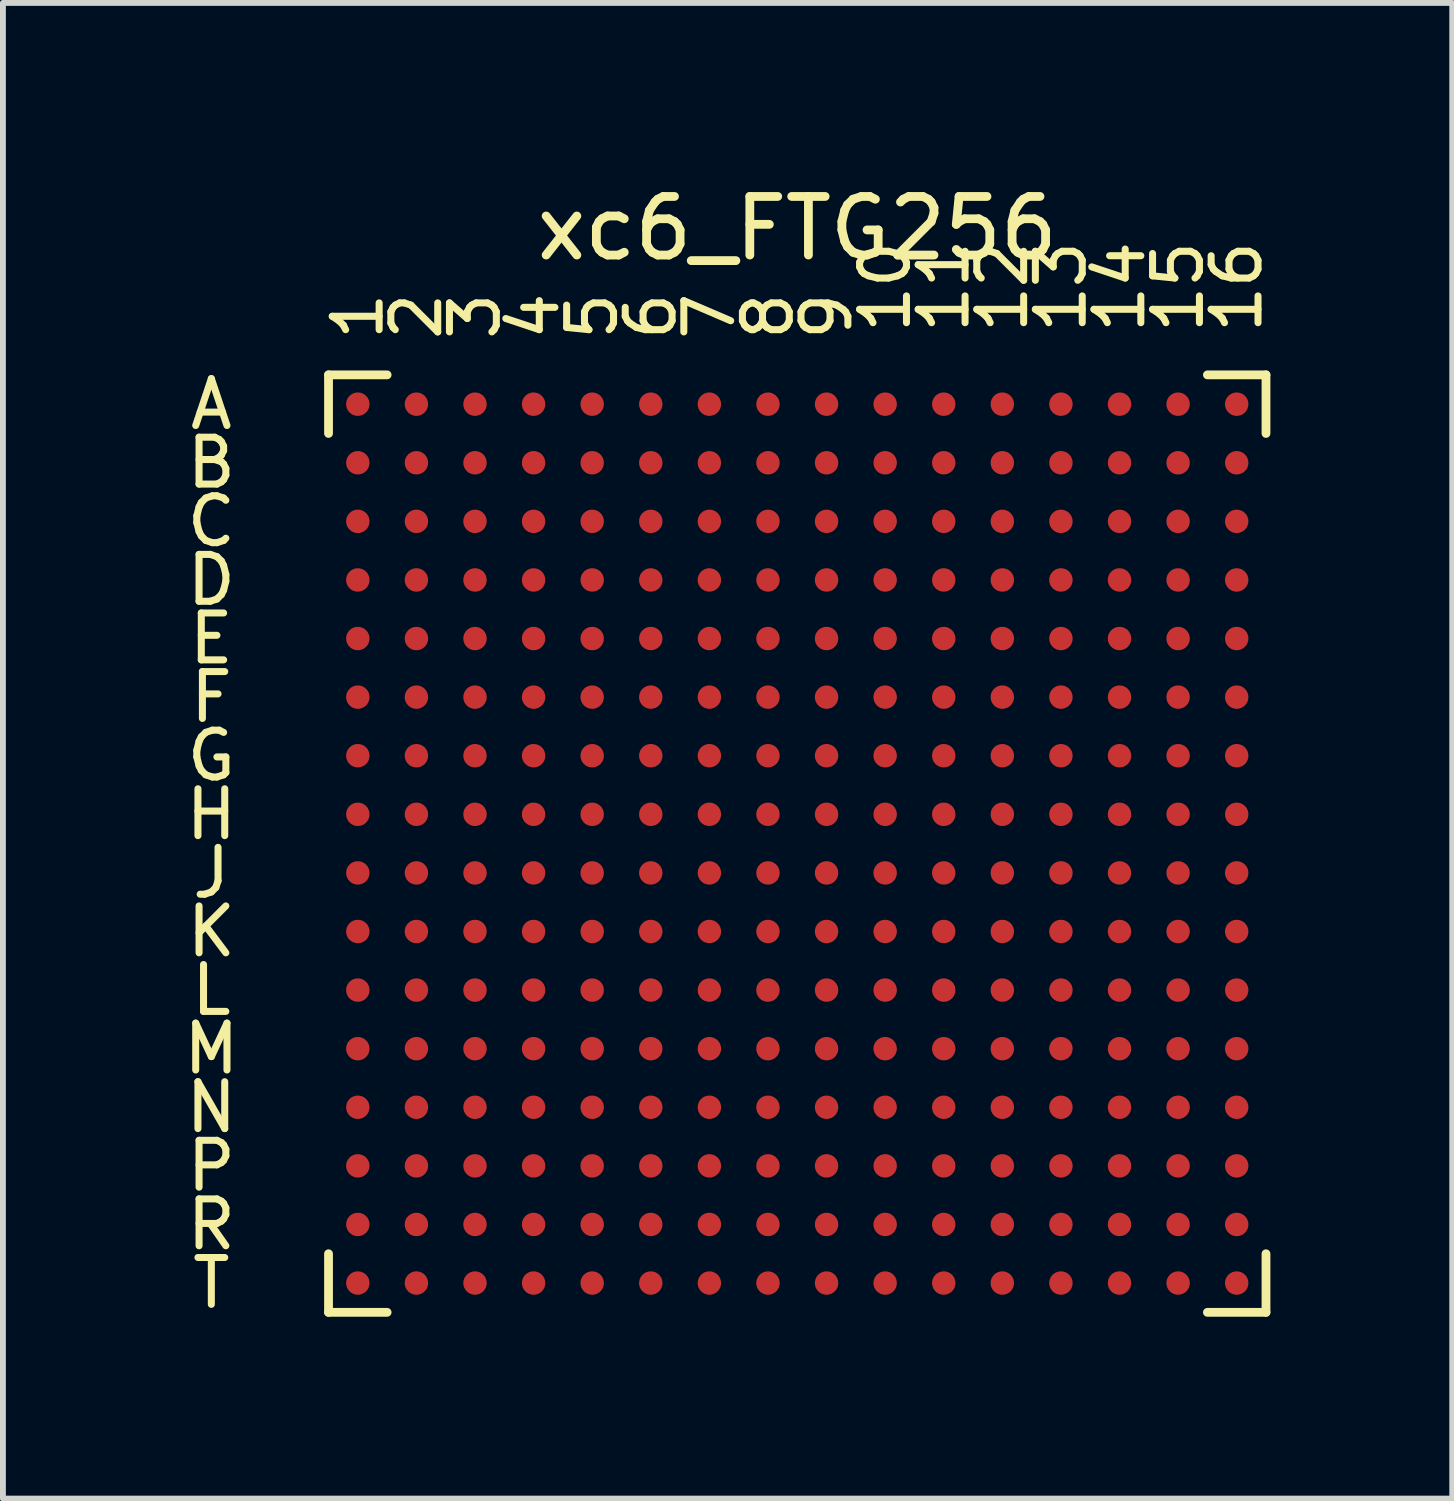
<source format=kicad_pcb>
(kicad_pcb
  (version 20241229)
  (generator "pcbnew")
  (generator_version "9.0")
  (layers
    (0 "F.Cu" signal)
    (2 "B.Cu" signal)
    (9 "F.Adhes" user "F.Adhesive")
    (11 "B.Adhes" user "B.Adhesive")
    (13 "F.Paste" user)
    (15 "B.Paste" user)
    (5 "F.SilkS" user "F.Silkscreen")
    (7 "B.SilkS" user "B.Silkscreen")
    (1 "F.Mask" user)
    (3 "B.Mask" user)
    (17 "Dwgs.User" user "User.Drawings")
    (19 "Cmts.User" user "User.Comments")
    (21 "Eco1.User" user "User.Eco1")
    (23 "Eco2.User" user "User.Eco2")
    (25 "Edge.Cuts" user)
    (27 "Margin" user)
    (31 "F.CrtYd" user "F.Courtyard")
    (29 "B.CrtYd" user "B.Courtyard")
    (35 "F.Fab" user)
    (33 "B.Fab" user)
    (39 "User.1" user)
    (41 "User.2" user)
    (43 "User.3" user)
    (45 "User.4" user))
  (footprint "xc6_FTG256"
    (layer "F.Cu")
    (at 10.557 11.348)
    (property "Reference" "xc6_FTG256" (at 0 -10.5 0) (layer "F.SilkS") (effects (font (size 1 1) (thickness 0.15))))
    (attr through_hole)
    (fp_line (start -8 -8) (end -7 -8) (stroke (width 0.15) (type solid)) (layer "F.SilkS"))
    (fp_line (start -8 -7) (end -8 -8) (stroke (width 0.15) (type solid)) (layer "F.SilkS"))
    (fp_line (start -8 7) (end -8 8) (stroke (width 0.15) (type solid)) (layer "F.SilkS"))
    (fp_line (start -8 8) (end -7 8) (stroke (width 0.15) (type solid)) (layer "F.SilkS"))
    (fp_line (start 7 -8) (end 8 -8) (stroke (width 0.15) (type solid)) (layer "F.SilkS"))
    (fp_line (start 7 8) (end 8 8) (stroke (width 0.15) (type solid)) (layer "F.SilkS"))
    (fp_line (start 8 -8) (end 8 -7) (stroke (width 0.15) (type solid)) (layer "F.SilkS"))
    (fp_line (start 8 8) (end 8 7) (stroke (width 0.15) (type solid)) (layer "F.SilkS"))
    (fp_text user "2" (at -6.5 -9 90) (layer "F.SilkS") (effects (font (size 0.8 0.8) (thickness 0.12))))
    (fp_text user "12" (at 3.5 -9.5 90) (layer "F.SilkS") (effects (font (size 0.8 0.8) (thickness 0.12))))
    (fp_text user "H" (at -10 -0.5 0) (layer "F.SilkS") (effects (font (size 0.8 0.8) (thickness 0.12))))
    (fp_text user "F" (at -10 -2.5 0) (layer "F.SilkS") (effects (font (size 0.8 0.8) (thickness 0.12))))
    (fp_text user "11" (at 2.5 -9.5 90) (layer "F.SilkS") (effects (font (size 0.8 0.8) (thickness 0.12))))
    (fp_text user "16" (at 7.5 -9.5 90) (layer "F.SilkS") (effects (font (size 0.8 0.8) (thickness 0.12))))
    (fp_text user "T" (at -10 7.5 0) (layer "F.SilkS") (effects (font (size 0.8 0.8) (thickness 0.12))))
    (fp_text user "D" (at -10 -4.5 0) (layer "F.SilkS") (effects (font (size 0.8 0.8) (thickness 0.12))))
    (fp_text user "C" (at -10 -5.5 0) (layer "F.SilkS") (effects (font (size 0.8 0.8) (thickness 0.12))))
    (fp_text user "3" (at -5.5 -9 90) (layer "F.SilkS") (effects (font (size 0.8 0.8) (thickness 0.12))))
    (fp_text user "7" (at -1.5 -9 90) (layer "F.SilkS") (effects (font (size 0.8 0.8) (thickness 0.12))))
    (fp_text user "K" (at -10 1.5 0) (layer "F.SilkS") (effects (font (size 0.8 0.8) (thickness 0.12))))
    (fp_text user "R" (at -10 6.5 0) (layer "F.SilkS") (effects (font (size 0.8 0.8) (thickness 0.12))))
    (fp_text user "G" (at -10 -1.5 0) (layer "F.SilkS") (effects (font (size 0.8 0.8) (thickness 0.12))))
    (fp_text user "E" (at -10 -3.5 0) (layer "F.SilkS") (effects (font (size 0.8 0.8) (thickness 0.12))))
    (fp_text user "A" (at -10 -7.5 0) (layer "F.SilkS") (effects (font (size 0.8 0.8) (thickness 0.12))))
    (fp_text user "5" (at -3.5 -9 90) (layer "F.SilkS") (effects (font (size 0.8 0.8) (thickness 0.12))))
    (fp_text user "10" (at 1.5 -9.5 90) (layer "F.SilkS") (effects (font (size 0.8 0.8) (thickness 0.12))))
    (fp_text user "4" (at -4.5 -9 90) (layer "F.SilkS") (effects (font (size 0.8 0.8) (thickness 0.12))))
    (fp_text user "N" (at -10 4.5 0) (layer "F.SilkS") (effects (font (size 0.8 0.8) (thickness 0.12))))
    (fp_text user "9" (at 0.5 -9 90) (layer "F.SilkS") (effects (font (size 0.8 0.8) (thickness 0.12))))
    (fp_text user "J" (at -10 0.5 0) (layer "F.SilkS") (effects (font (size 0.8 0.8) (thickness 0.12))))
    (fp_text user "13" (at 4.5 -9.5 90) (layer "F.SilkS") (effects (font (size 0.8 0.8) (thickness 0.12))))
    (fp_text user "L" (at -10 2.5 0) (layer "F.SilkS") (effects (font (size 0.8 0.8) (thickness 0.12))))
    (fp_text user "15" (at 6.5 -9.5 90) (layer "F.SilkS") (effects (font (size 0.8 0.8) (thickness 0.12))))
    (fp_text user "P" (at -10 5.5 0) (layer "F.SilkS") (effects (font (size 0.8 0.8) (thickness 0.12))))
    (fp_text user "8" (at -0.5 -9 90) (layer "F.SilkS") (effects (font (size 0.8 0.8) (thickness 0.12))))
    (fp_text user "6" (at -2.5 -9 90) (layer "F.SilkS") (effects (font (size 0.8 0.8) (thickness 0.12))))
    (fp_text user "14" (at 5.5 -9.5 90) (layer "F.SilkS") (effects (font (size 0.8 0.8) (thickness 0.12))))
    (fp_text user "M" (at -10 3.5 0) (layer "F.SilkS") (effects (font (size 0.8 0.8) (thickness 0.12))))
    (fp_text user "B" (at -10 -6.5 0) (layer "F.SilkS") (effects (font (size 0.8 0.8) (thickness 0.12))))
    (fp_text user "1" (at -7.5 -9 90) (layer "F.SilkS") (effects (font (size 0.8 0.8) (thickness 0.12))))
    (pad "A1" smd circle (at -7.5 -7.5) (size 0.4 0.4) (layers "F.Cu" "F.Mask" "F.Paste"))
    (pad "A2" smd circle (at -6.5 -7.5) (size 0.4 0.4) (layers "F.Cu" "F.Mask" "F.Paste"))
    (pad "A3" smd circle (at -5.5 -7.5) (size 0.4 0.4) (layers "F.Cu" "F.Mask" "F.Paste"))
    (pad "A4" smd circle (at -4.5 -7.5) (size 0.4 0.4) (layers "F.Cu" "F.Mask" "F.Paste"))
    (pad "A5" smd circle (at -3.5 -7.5) (size 0.4 0.4) (layers "F.Cu" "F.Mask" "F.Paste"))
    (pad "A6" smd circle (at -2.5 -7.5) (size 0.4 0.4) (layers "F.Cu" "F.Mask" "F.Paste"))
    (pad "A7" smd circle (at -1.5 -7.5) (size 0.4 0.4) (layers "F.Cu" "F.Mask" "F.Paste"))
    (pad "A8" smd circle (at -0.5 -7.5) (size 0.4 0.4) (layers "F.Cu" "F.Mask" "F.Paste"))
    (pad "A9" smd circle (at 0.5 -7.5) (size 0.4 0.4) (layers "F.Cu" "F.Mask" "F.Paste"))
    (pad "A10" smd circle (at 1.5 -7.5) (size 0.4 0.4) (layers "F.Cu" "F.Mask" "F.Paste"))
    (pad "A11" smd circle (at 2.5 -7.5) (size 0.4 0.4) (layers "F.Cu" "F.Mask" "F.Paste"))
    (pad "A12" smd circle (at 3.5 -7.5) (size 0.4 0.4) (layers "F.Cu" "F.Mask" "F.Paste"))
    (pad "A13" smd circle (at 4.5 -7.5) (size 0.4 0.4) (layers "F.Cu" "F.Mask" "F.Paste"))
    (pad "A14" smd circle (at 5.5 -7.5) (size 0.4 0.4) (layers "F.Cu" "F.Mask" "F.Paste"))
    (pad "A15" smd circle (at 6.5 -7.5) (size 0.4 0.4) (layers "F.Cu" "F.Mask" "F.Paste"))
    (pad "A16" smd circle (at 7.5 -7.5) (size 0.4 0.4) (layers "F.Cu" "F.Mask" "F.Paste"))
    (pad "B1" smd circle (at -7.5 -6.5) (size 0.4 0.4) (layers "F.Cu" "F.Mask" "F.Paste"))
    (pad "B2" smd circle (at -6.5 -6.5) (size 0.4 0.4) (layers "F.Cu" "F.Mask" "F.Paste"))
    (pad "B3" smd circle (at -5.5 -6.5) (size 0.4 0.4) (layers "F.Cu" "F.Mask" "F.Paste"))
    (pad "B4" smd circle (at -4.5 -6.5) (size 0.4 0.4) (layers "F.Cu" "F.Mask" "F.Paste"))
    (pad "B5" smd circle (at -3.5 -6.5) (size 0.4 0.4) (layers "F.Cu" "F.Mask" "F.Paste"))
    (pad "B6" smd circle (at -2.5 -6.5) (size 0.4 0.4) (layers "F.Cu" "F.Mask" "F.Paste"))
    (pad "B7" smd circle (at -1.5 -6.5) (size 0.4 0.4) (layers "F.Cu" "F.Mask" "F.Paste"))
    (pad "B8" smd circle (at -0.5 -6.5) (size 0.4 0.4) (layers "F.Cu" "F.Mask" "F.Paste"))
    (pad "B9" smd circle (at 0.5 -6.5) (size 0.4 0.4) (layers "F.Cu" "F.Mask" "F.Paste"))
    (pad "B10" smd circle (at 1.5 -6.5) (size 0.4 0.4) (layers "F.Cu" "F.Mask" "F.Paste"))
    (pad "B11" smd circle (at 2.5 -6.5) (size 0.4 0.4) (layers "F.Cu" "F.Mask" "F.Paste"))
    (pad "B12" smd circle (at 3.5 -6.5) (size 0.4 0.4) (layers "F.Cu" "F.Mask" "F.Paste"))
    (pad "B13" smd circle (at 4.5 -6.5) (size 0.4 0.4) (layers "F.Cu" "F.Mask" "F.Paste"))
    (pad "B14" smd circle (at 5.5 -6.5) (size 0.4 0.4) (layers "F.Cu" "F.Mask" "F.Paste"))
    (pad "B15" smd circle (at 6.5 -6.5) (size 0.4 0.4) (layers "F.Cu" "F.Mask" "F.Paste"))
    (pad "B16" smd circle (at 7.5 -6.5) (size 0.4 0.4) (layers "F.Cu" "F.Mask" "F.Paste"))
    (pad "C1" smd circle (at -7.5 -5.5) (size 0.4 0.4) (layers "F.Cu" "F.Mask" "F.Paste"))
    (pad "C2" smd circle (at -6.5 -5.5) (size 0.4 0.4) (layers "F.Cu" "F.Mask" "F.Paste"))
    (pad "C3" smd circle (at -5.5 -5.5) (size 0.4 0.4) (layers "F.Cu" "F.Mask" "F.Paste"))
    (pad "C4" smd circle (at -4.5 -5.5) (size 0.4 0.4) (layers "F.Cu" "F.Mask" "F.Paste"))
    (pad "C5" smd circle (at -3.5 -5.5) (size 0.4 0.4) (layers "F.Cu" "F.Mask" "F.Paste"))
    (pad "C6" smd circle (at -2.5 -5.5) (size 0.4 0.4) (layers "F.Cu" "F.Mask" "F.Paste"))
    (pad "C7" smd circle (at -1.5 -5.5) (size 0.4 0.4) (layers "F.Cu" "F.Mask" "F.Paste"))
    (pad "C8" smd circle (at -0.5 -5.5) (size 0.4 0.4) (layers "F.Cu" "F.Mask" "F.Paste"))
    (pad "C9" smd circle (at 0.5 -5.5) (size 0.4 0.4) (layers "F.Cu" "F.Mask" "F.Paste"))
    (pad "C10" smd circle (at 1.5 -5.5) (size 0.4 0.4) (layers "F.Cu" "F.Mask" "F.Paste"))
    (pad "C11" smd circle (at 2.5 -5.5) (size 0.4 0.4) (layers "F.Cu" "F.Mask" "F.Paste"))
    (pad "C12" smd circle (at 3.5 -5.5) (size 0.4 0.4) (layers "F.Cu" "F.Mask" "F.Paste"))
    (pad "C13" smd circle (at 4.5 -5.5) (size 0.4 0.4) (layers "F.Cu" "F.Mask" "F.Paste"))
    (pad "C14" smd circle (at 5.5 -5.5) (size 0.4 0.4) (layers "F.Cu" "F.Mask" "F.Paste"))
    (pad "C15" smd circle (at 6.5 -5.5) (size 0.4 0.4) (layers "F.Cu" "F.Mask" "F.Paste"))
    (pad "C16" smd circle (at 7.5 -5.5) (size 0.4 0.4) (layers "F.Cu" "F.Mask" "F.Paste"))
    (pad "D1" smd circle (at -7.5 -4.5) (size 0.4 0.4) (layers "F.Cu" "F.Mask" "F.Paste"))
    (pad "D2" smd circle (at -6.5 -4.5) (size 0.4 0.4) (layers "F.Cu" "F.Mask" "F.Paste"))
    (pad "D3" smd circle (at -5.5 -4.5) (size 0.4 0.4) (layers "F.Cu" "F.Mask" "F.Paste"))
    (pad "D4" smd circle (at -4.5 -4.5) (size 0.4 0.4) (layers "F.Cu" "F.Mask" "F.Paste"))
    (pad "D5" smd circle (at -3.5 -4.5) (size 0.4 0.4) (layers "F.Cu" "F.Mask" "F.Paste"))
    (pad "D6" smd circle (at -2.5 -4.5) (size 0.4 0.4) (layers "F.Cu" "F.Mask" "F.Paste"))
    (pad "D7" smd circle (at -1.5 -4.5) (size 0.4 0.4) (layers "F.Cu" "F.Mask" "F.Paste"))
    (pad "D8" smd circle (at -0.5 -4.5) (size 0.4 0.4) (layers "F.Cu" "F.Mask" "F.Paste"))
    (pad "D9" smd circle (at 0.5 -4.5) (size 0.4 0.4) (layers "F.Cu" "F.Mask" "F.Paste"))
    (pad "D10" smd circle (at 1.5 -4.5) (size 0.4 0.4) (layers "F.Cu" "F.Mask" "F.Paste"))
    (pad "D11" smd circle (at 2.5 -4.5) (size 0.4 0.4) (layers "F.Cu" "F.Mask" "F.Paste"))
    (pad "D12" smd circle (at 3.5 -4.5) (size 0.4 0.4) (layers "F.Cu" "F.Mask" "F.Paste"))
    (pad "D13" smd circle (at 4.5 -4.5) (size 0.4 0.4) (layers "F.Cu" "F.Mask" "F.Paste"))
    (pad "D14" smd circle (at 5.5 -4.5) (size 0.4 0.4) (layers "F.Cu" "F.Mask" "F.Paste"))
    (pad "D15" smd circle (at 6.5 -4.5) (size 0.4 0.4) (layers "F.Cu" "F.Mask" "F.Paste"))
    (pad "D16" smd circle (at 7.5 -4.5) (size 0.4 0.4) (layers "F.Cu" "F.Mask" "F.Paste"))
    (pad "E1" smd circle (at -7.5 -3.5) (size 0.4 0.4) (layers "F.Cu" "F.Mask" "F.Paste"))
    (pad "E2" smd circle (at -6.5 -3.5) (size 0.4 0.4) (layers "F.Cu" "F.Mask" "F.Paste"))
    (pad "E3" smd circle (at -5.5 -3.5) (size 0.4 0.4) (layers "F.Cu" "F.Mask" "F.Paste"))
    (pad "E4" smd circle (at -4.5 -3.5) (size 0.4 0.4) (layers "F.Cu" "F.Mask" "F.Paste"))
    (pad "E5" smd circle (at -3.5 -3.5) (size 0.4 0.4) (layers "F.Cu" "F.Mask" "F.Paste"))
    (pad "E6" smd circle (at -2.5 -3.5) (size 0.4 0.4) (layers "F.Cu" "F.Mask" "F.Paste"))
    (pad "E7" smd circle (at -1.5 -3.5) (size 0.4 0.4) (layers "F.Cu" "F.Mask" "F.Paste"))
    (pad "E8" smd circle (at -0.5 -3.5) (size 0.4 0.4) (layers "F.Cu" "F.Mask" "F.Paste"))
    (pad "E9" smd circle (at 0.5 -3.5) (size 0.4 0.4) (layers "F.Cu" "F.Mask" "F.Paste"))
    (pad "E10" smd circle (at 1.5 -3.5) (size 0.4 0.4) (layers "F.Cu" "F.Mask" "F.Paste"))
    (pad "E11" smd circle (at 2.5 -3.5) (size 0.4 0.4) (layers "F.Cu" "F.Mask" "F.Paste"))
    (pad "E12" smd circle (at 3.5 -3.5) (size 0.4 0.4) (layers "F.Cu" "F.Mask" "F.Paste"))
    (pad "E13" smd circle (at 4.5 -3.5) (size 0.4 0.4) (layers "F.Cu" "F.Mask" "F.Paste"))
    (pad "E14" smd circle (at 5.5 -3.5) (size 0.4 0.4) (layers "F.Cu" "F.Mask" "F.Paste"))
    (pad "E15" smd circle (at 6.5 -3.5) (size 0.4 0.4) (layers "F.Cu" "F.Mask" "F.Paste"))
    (pad "E16" smd circle (at 7.5 -3.5) (size 0.4 0.4) (layers "F.Cu" "F.Mask" "F.Paste"))
    (pad "F1" smd circle (at -7.5 -2.5) (size 0.4 0.4) (layers "F.Cu" "F.Mask" "F.Paste"))
    (pad "F2" smd circle (at -6.5 -2.5) (size 0.4 0.4) (layers "F.Cu" "F.Mask" "F.Paste"))
    (pad "F3" smd circle (at -5.5 -2.5) (size 0.4 0.4) (layers "F.Cu" "F.Mask" "F.Paste"))
    (pad "F4" smd circle (at -4.5 -2.5) (size 0.4 0.4) (layers "F.Cu" "F.Mask" "F.Paste"))
    (pad "F5" smd circle (at -3.5 -2.5) (size 0.4 0.4) (layers "F.Cu" "F.Mask" "F.Paste"))
    (pad "F6" smd circle (at -2.5 -2.5) (size 0.4 0.4) (layers "F.Cu" "F.Mask" "F.Paste"))
    (pad "F7" smd circle (at -1.5 -2.5) (size 0.4 0.4) (layers "F.Cu" "F.Mask" "F.Paste"))
    (pad "F8" smd circle (at -0.5 -2.5) (size 0.4 0.4) (layers "F.Cu" "F.Mask" "F.Paste"))
    (pad "F9" smd circle (at 0.5 -2.5) (size 0.4 0.4) (layers "F.Cu" "F.Mask" "F.Paste"))
    (pad "F10" smd circle (at 1.5 -2.5) (size 0.4 0.4) (layers "F.Cu" "F.Mask" "F.Paste"))
    (pad "F11" smd circle (at 2.5 -2.5) (size 0.4 0.4) (layers "F.Cu" "F.Mask" "F.Paste"))
    (pad "F12" smd circle (at 3.5 -2.5) (size 0.4 0.4) (layers "F.Cu" "F.Mask" "F.Paste"))
    (pad "F13" smd circle (at 4.5 -2.5) (size 0.4 0.4) (layers "F.Cu" "F.Mask" "F.Paste"))
    (pad "F14" smd circle (at 5.5 -2.5) (size 0.4 0.4) (layers "F.Cu" "F.Mask" "F.Paste"))
    (pad "F15" smd circle (at 6.5 -2.5) (size 0.4 0.4) (layers "F.Cu" "F.Mask" "F.Paste"))
    (pad "F16" smd circle (at 7.5 -2.5) (size 0.4 0.4) (layers "F.Cu" "F.Mask" "F.Paste"))
    (pad "G1" smd circle (at -7.5 -1.5) (size 0.4 0.4) (layers "F.Cu" "F.Mask" "F.Paste"))
    (pad "G2" smd circle (at -6.5 -1.5) (size 0.4 0.4) (layers "F.Cu" "F.Mask" "F.Paste"))
    (pad "G3" smd circle (at -5.5 -1.5) (size 0.4 0.4) (layers "F.Cu" "F.Mask" "F.Paste"))
    (pad "G4" smd circle (at -4.5 -1.5) (size 0.4 0.4) (layers "F.Cu" "F.Mask" "F.Paste"))
    (pad "G5" smd circle (at -3.5 -1.5) (size 0.4 0.4) (layers "F.Cu" "F.Mask" "F.Paste"))
    (pad "G6" smd circle (at -2.5 -1.5) (size 0.4 0.4) (layers "F.Cu" "F.Mask" "F.Paste"))
    (pad "G7" smd circle (at -1.5 -1.5) (size 0.4 0.4) (layers "F.Cu" "F.Mask" "F.Paste"))
    (pad "G8" smd circle (at -0.5 -1.5) (size 0.4 0.4) (layers "F.Cu" "F.Mask" "F.Paste"))
    (pad "G9" smd circle (at 0.5 -1.5) (size 0.4 0.4) (layers "F.Cu" "F.Mask" "F.Paste"))
    (pad "G10" smd circle (at 1.5 -1.5) (size 0.4 0.4) (layers "F.Cu" "F.Mask" "F.Paste"))
    (pad "G11" smd circle (at 2.5 -1.5) (size 0.4 0.4) (layers "F.Cu" "F.Mask" "F.Paste"))
    (pad "G12" smd circle (at 3.5 -1.5) (size 0.4 0.4) (layers "F.Cu" "F.Mask" "F.Paste"))
    (pad "G13" smd circle (at 4.5 -1.5) (size 0.4 0.4) (layers "F.Cu" "F.Mask" "F.Paste"))
    (pad "G14" smd circle (at 5.5 -1.5) (size 0.4 0.4) (layers "F.Cu" "F.Mask" "F.Paste"))
    (pad "G15" smd circle (at 6.5 -1.5) (size 0.4 0.4) (layers "F.Cu" "F.Mask" "F.Paste"))
    (pad "G16" smd circle (at 7.5 -1.5) (size 0.4 0.4) (layers "F.Cu" "F.Mask" "F.Paste"))
    (pad "H1" smd circle (at -7.5 -0.5) (size 0.4 0.4) (layers "F.Cu" "F.Mask" "F.Paste"))
    (pad "H2" smd circle (at -6.5 -0.5) (size 0.4 0.4) (layers "F.Cu" "F.Mask" "F.Paste"))
    (pad "H3" smd circle (at -5.5 -0.5) (size 0.4 0.4) (layers "F.Cu" "F.Mask" "F.Paste"))
    (pad "H4" smd circle (at -4.5 -0.5) (size 0.4 0.4) (layers "F.Cu" "F.Mask" "F.Paste"))
    (pad "H5" smd circle (at -3.5 -0.5) (size 0.4 0.4) (layers "F.Cu" "F.Mask" "F.Paste"))
    (pad "H6" smd circle (at -2.5 -0.5) (size 0.4 0.4) (layers "F.Cu" "F.Mask" "F.Paste"))
    (pad "H7" smd circle (at -1.5 -0.5) (size 0.4 0.4) (layers "F.Cu" "F.Mask" "F.Paste"))
    (pad "H8" smd circle (at -0.5 -0.5) (size 0.4 0.4) (layers "F.Cu" "F.Mask" "F.Paste"))
    (pad "H9" smd circle (at 0.5 -0.5) (size 0.4 0.4) (layers "F.Cu" "F.Mask" "F.Paste"))
    (pad "H10" smd circle (at 1.5 -0.5) (size 0.4 0.4) (layers "F.Cu" "F.Mask" "F.Paste"))
    (pad "H11" smd circle (at 2.5 -0.5) (size 0.4 0.4) (layers "F.Cu" "F.Mask" "F.Paste"))
    (pad "H12" smd circle (at 3.5 -0.5) (size 0.4 0.4) (layers "F.Cu" "F.Mask" "F.Paste"))
    (pad "H13" smd circle (at 4.5 -0.5) (size 0.4 0.4) (layers "F.Cu" "F.Mask" "F.Paste"))
    (pad "H14" smd circle (at 5.5 -0.5) (size 0.4 0.4) (layers "F.Cu" "F.Mask" "F.Paste"))
    (pad "H15" smd circle (at 6.5 -0.5) (size 0.4 0.4) (layers "F.Cu" "F.Mask" "F.Paste"))
    (pad "H16" smd circle (at 7.5 -0.5) (size 0.4 0.4) (layers "F.Cu" "F.Mask" "F.Paste"))
    (pad "J1" smd circle (at -7.5 0.5) (size 0.4 0.4) (layers "F.Cu" "F.Mask" "F.Paste"))
    (pad "J2" smd circle (at -6.5 0.5) (size 0.4 0.4) (layers "F.Cu" "F.Mask" "F.Paste"))
    (pad "J3" smd circle (at -5.5 0.5) (size 0.4 0.4) (layers "F.Cu" "F.Mask" "F.Paste"))
    (pad "J4" smd circle (at -4.5 0.5) (size 0.4 0.4) (layers "F.Cu" "F.Mask" "F.Paste"))
    (pad "J5" smd circle (at -3.5 0.5) (size 0.4 0.4) (layers "F.Cu" "F.Mask" "F.Paste"))
    (pad "J6" smd circle (at -2.5 0.5) (size 0.4 0.4) (layers "F.Cu" "F.Mask" "F.Paste"))
    (pad "J7" smd circle (at -1.5 0.5) (size 0.4 0.4) (layers "F.Cu" "F.Mask" "F.Paste"))
    (pad "J8" smd circle (at -0.5 0.5) (size 0.4 0.4) (layers "F.Cu" "F.Mask" "F.Paste"))
    (pad "J9" smd circle (at 0.5 0.5) (size 0.4 0.4) (layers "F.Cu" "F.Mask" "F.Paste"))
    (pad "J10" smd circle (at 1.5 0.5) (size 0.4 0.4) (layers "F.Cu" "F.Mask" "F.Paste"))
    (pad "J11" smd circle (at 2.5 0.5) (size 0.4 0.4) (layers "F.Cu" "F.Mask" "F.Paste"))
    (pad "J12" smd circle (at 3.5 0.5) (size 0.4 0.4) (layers "F.Cu" "F.Mask" "F.Paste"))
    (pad "J13" smd circle (at 4.5 0.5) (size 0.4 0.4) (layers "F.Cu" "F.Mask" "F.Paste"))
    (pad "J14" smd circle (at 5.5 0.5) (size 0.4 0.4) (layers "F.Cu" "F.Mask" "F.Paste"))
    (pad "J15" smd circle (at 6.5 0.5) (size 0.4 0.4) (layers "F.Cu" "F.Mask" "F.Paste"))
    (pad "J16" smd circle (at 7.5 0.5) (size 0.4 0.4) (layers "F.Cu" "F.Mask" "F.Paste"))
    (pad "K1" smd circle (at -7.5 1.5) (size 0.4 0.4) (layers "F.Cu" "F.Mask" "F.Paste"))
    (pad "K2" smd circle (at -6.5 1.5) (size 0.4 0.4) (layers "F.Cu" "F.Mask" "F.Paste"))
    (pad "K3" smd circle (at -5.5 1.5) (size 0.4 0.4) (layers "F.Cu" "F.Mask" "F.Paste"))
    (pad "K4" smd circle (at -4.5 1.5) (size 0.4 0.4) (layers "F.Cu" "F.Mask" "F.Paste"))
    (pad "K5" smd circle (at -3.5 1.5) (size 0.4 0.4) (layers "F.Cu" "F.Mask" "F.Paste"))
    (pad "K6" smd circle (at -2.5 1.5) (size 0.4 0.4) (layers "F.Cu" "F.Mask" "F.Paste"))
    (pad "K7" smd circle (at -1.5 1.5) (size 0.4 0.4) (layers "F.Cu" "F.Mask" "F.Paste"))
    (pad "K8" smd circle (at -0.5 1.5) (size 0.4 0.4) (layers "F.Cu" "F.Mask" "F.Paste"))
    (pad "K9" smd circle (at 0.5 1.5) (size 0.4 0.4) (layers "F.Cu" "F.Mask" "F.Paste"))
    (pad "K10" smd circle (at 1.5 1.5) (size 0.4 0.4) (layers "F.Cu" "F.Mask" "F.Paste"))
    (pad "K11" smd circle (at 2.5 1.5) (size 0.4 0.4) (layers "F.Cu" "F.Mask" "F.Paste"))
    (pad "K12" smd circle (at 3.5 1.5) (size 0.4 0.4) (layers "F.Cu" "F.Mask" "F.Paste"))
    (pad "K13" smd circle (at 4.5 1.5) (size 0.4 0.4) (layers "F.Cu" "F.Mask" "F.Paste"))
    (pad "K14" smd circle (at 5.5 1.5) (size 0.4 0.4) (layers "F.Cu" "F.Mask" "F.Paste"))
    (pad "K15" smd circle (at 6.5 1.5) (size 0.4 0.4) (layers "F.Cu" "F.Mask" "F.Paste"))
    (pad "K16" smd circle (at 7.5 1.5) (size 0.4 0.4) (layers "F.Cu" "F.Mask" "F.Paste"))
    (pad "L1" smd circle (at -7.5 2.5) (size 0.4 0.4) (layers "F.Cu" "F.Mask" "F.Paste"))
    (pad "L2" smd circle (at -6.5 2.5) (size 0.4 0.4) (layers "F.Cu" "F.Mask" "F.Paste"))
    (pad "L3" smd circle (at -5.5 2.5) (size 0.4 0.4) (layers "F.Cu" "F.Mask" "F.Paste"))
    (pad "L4" smd circle (at -4.5 2.5) (size 0.4 0.4) (layers "F.Cu" "F.Mask" "F.Paste"))
    (pad "L5" smd circle (at -3.5 2.5) (size 0.4 0.4) (layers "F.Cu" "F.Mask" "F.Paste"))
    (pad "L6" smd circle (at -2.5 2.5) (size 0.4 0.4) (layers "F.Cu" "F.Mask" "F.Paste"))
    (pad "L7" smd circle (at -1.5 2.5) (size 0.4 0.4) (layers "F.Cu" "F.Mask" "F.Paste"))
    (pad "L8" smd circle (at -0.5 2.5) (size 0.4 0.4) (layers "F.Cu" "F.Mask" "F.Paste"))
    (pad "L9" smd circle (at 0.5 2.5) (size 0.4 0.4) (layers "F.Cu" "F.Mask" "F.Paste"))
    (pad "L10" smd circle (at 1.5 2.5) (size 0.4 0.4) (layers "F.Cu" "F.Mask" "F.Paste"))
    (pad "L11" smd circle (at 2.5 2.5) (size 0.4 0.4) (layers "F.Cu" "F.Mask" "F.Paste"))
    (pad "L12" smd circle (at 3.5 2.5) (size 0.4 0.4) (layers "F.Cu" "F.Mask" "F.Paste"))
    (pad "L13" smd circle (at 4.5 2.5) (size 0.4 0.4) (layers "F.Cu" "F.Mask" "F.Paste"))
    (pad "L14" smd circle (at 5.5 2.5) (size 0.4 0.4) (layers "F.Cu" "F.Mask" "F.Paste"))
    (pad "L15" smd circle (at 6.5 2.5) (size 0.4 0.4) (layers "F.Cu" "F.Mask" "F.Paste"))
    (pad "L16" smd circle (at 7.5 2.5) (size 0.4 0.4) (layers "F.Cu" "F.Mask" "F.Paste"))
    (pad "M1" smd circle (at -7.5 3.5) (size 0.4 0.4) (layers "F.Cu" "F.Mask" "F.Paste"))
    (pad "M2" smd circle (at -6.5 3.5) (size 0.4 0.4) (layers "F.Cu" "F.Mask" "F.Paste"))
    (pad "M3" smd circle (at -5.5 3.5) (size 0.4 0.4) (layers "F.Cu" "F.Mask" "F.Paste"))
    (pad "M4" smd circle (at -4.5 3.5) (size 0.4 0.4) (layers "F.Cu" "F.Mask" "F.Paste"))
    (pad "M5" smd circle (at -3.5 3.5) (size 0.4 0.4) (layers "F.Cu" "F.Mask" "F.Paste"))
    (pad "M6" smd circle (at -2.5 3.5) (size 0.4 0.4) (layers "F.Cu" "F.Mask" "F.Paste"))
    (pad "M7" smd circle (at -1.5 3.5) (size 0.4 0.4) (layers "F.Cu" "F.Mask" "F.Paste"))
    (pad "M8" smd circle (at -0.5 3.5) (size 0.4 0.4) (layers "F.Cu" "F.Mask" "F.Paste"))
    (pad "M9" smd circle (at 0.5 3.5) (size 0.4 0.4) (layers "F.Cu" "F.Mask" "F.Paste"))
    (pad "M10" smd circle (at 1.5 3.5) (size 0.4 0.4) (layers "F.Cu" "F.Mask" "F.Paste"))
    (pad "M11" smd circle (at 2.5 3.5) (size 0.4 0.4) (layers "F.Cu" "F.Mask" "F.Paste"))
    (pad "M12" smd circle (at 3.5 3.5) (size 0.4 0.4) (layers "F.Cu" "F.Mask" "F.Paste"))
    (pad "M13" smd circle (at 4.5 3.5) (size 0.4 0.4) (layers "F.Cu" "F.Mask" "F.Paste"))
    (pad "M14" smd circle (at 5.5 3.5) (size 0.4 0.4) (layers "F.Cu" "F.Mask" "F.Paste"))
    (pad "M15" smd circle (at 6.5 3.5) (size 0.4 0.4) (layers "F.Cu" "F.Mask" "F.Paste"))
    (pad "M16" smd circle (at 7.5 3.5) (size 0.4 0.4) (layers "F.Cu" "F.Mask" "F.Paste"))
    (pad "N1" smd circle (at -7.5 4.5) (size 0.4 0.4) (layers "F.Cu" "F.Mask" "F.Paste"))
    (pad "N2" smd circle (at -6.5 4.5) (size 0.4 0.4) (layers "F.Cu" "F.Mask" "F.Paste"))
    (pad "N3" smd circle (at -5.5 4.5) (size 0.4 0.4) (layers "F.Cu" "F.Mask" "F.Paste"))
    (pad "N4" smd circle (at -4.5 4.5) (size 0.4 0.4) (layers "F.Cu" "F.Mask" "F.Paste"))
    (pad "N5" smd circle (at -3.5 4.5) (size 0.4 0.4) (layers "F.Cu" "F.Mask" "F.Paste"))
    (pad "N6" smd circle (at -2.5 4.5) (size 0.4 0.4) (layers "F.Cu" "F.Mask" "F.Paste"))
    (pad "N7" smd circle (at -1.5 4.5) (size 0.4 0.4) (layers "F.Cu" "F.Mask" "F.Paste"))
    (pad "N8" smd circle (at -0.5 4.5) (size 0.4 0.4) (layers "F.Cu" "F.Mask" "F.Paste"))
    (pad "N9" smd circle (at 0.5 4.5) (size 0.4 0.4) (layers "F.Cu" "F.Mask" "F.Paste"))
    (pad "N10" smd circle (at 1.5 4.5) (size 0.4 0.4) (layers "F.Cu" "F.Mask" "F.Paste"))
    (pad "N11" smd circle (at 2.5 4.5) (size 0.4 0.4) (layers "F.Cu" "F.Mask" "F.Paste"))
    (pad "N12" smd circle (at 3.5 4.5) (size 0.4 0.4) (layers "F.Cu" "F.Mask" "F.Paste"))
    (pad "N13" smd circle (at 4.5 4.5) (size 0.4 0.4) (layers "F.Cu" "F.Mask" "F.Paste"))
    (pad "N14" smd circle (at 5.5 4.5) (size 0.4 0.4) (layers "F.Cu" "F.Mask" "F.Paste"))
    (pad "N15" smd circle (at 6.5 4.5) (size 0.4 0.4) (layers "F.Cu" "F.Mask" "F.Paste"))
    (pad "N16" smd circle (at 7.5 4.5) (size 0.4 0.4) (layers "F.Cu" "F.Mask" "F.Paste"))
    (pad "P1" smd circle (at -7.5 5.5) (size 0.4 0.4) (layers "F.Cu" "F.Mask" "F.Paste"))
    (pad "P2" smd circle (at -6.5 5.5) (size 0.4 0.4) (layers "F.Cu" "F.Mask" "F.Paste"))
    (pad "P3" smd circle (at -5.5 5.5) (size 0.4 0.4) (layers "F.Cu" "F.Mask" "F.Paste"))
    (pad "P4" smd circle (at -4.5 5.5) (size 0.4 0.4) (layers "F.Cu" "F.Mask" "F.Paste"))
    (pad "P5" smd circle (at -3.5 5.5) (size 0.4 0.4) (layers "F.Cu" "F.Mask" "F.Paste"))
    (pad "P6" smd circle (at -2.5 5.5) (size 0.4 0.4) (layers "F.Cu" "F.Mask" "F.Paste"))
    (pad "P7" smd circle (at -1.5 5.5) (size 0.4 0.4) (layers "F.Cu" "F.Mask" "F.Paste"))
    (pad "P8" smd circle (at -0.5 5.5) (size 0.4 0.4) (layers "F.Cu" "F.Mask" "F.Paste"))
    (pad "P9" smd circle (at 0.5 5.5) (size 0.4 0.4) (layers "F.Cu" "F.Mask" "F.Paste"))
    (pad "P10" smd circle (at 1.5 5.5) (size 0.4 0.4) (layers "F.Cu" "F.Mask" "F.Paste"))
    (pad "P11" smd circle (at 2.5 5.5) (size 0.4 0.4) (layers "F.Cu" "F.Mask" "F.Paste"))
    (pad "P12" smd circle (at 3.5 5.5) (size 0.4 0.4) (layers "F.Cu" "F.Mask" "F.Paste"))
    (pad "P13" smd circle (at 4.5 5.5) (size 0.4 0.4) (layers "F.Cu" "F.Mask" "F.Paste"))
    (pad "P14" smd circle (at 5.5 5.5) (size 0.4 0.4) (layers "F.Cu" "F.Mask" "F.Paste"))
    (pad "P15" smd circle (at 6.5 5.5) (size 0.4 0.4) (layers "F.Cu" "F.Mask" "F.Paste"))
    (pad "P16" smd circle (at 7.5 5.5) (size 0.4 0.4) (layers "F.Cu" "F.Mask" "F.Paste"))
    (pad "R1" smd circle (at -7.5 6.5) (size 0.4 0.4) (layers "F.Cu" "F.Mask" "F.Paste"))
    (pad "R2" smd circle (at -6.5 6.5) (size 0.4 0.4) (layers "F.Cu" "F.Mask" "F.Paste"))
    (pad "R3" smd circle (at -5.5 6.5) (size 0.4 0.4) (layers "F.Cu" "F.Mask" "F.Paste"))
    (pad "R4" smd circle (at -4.5 6.5) (size 0.4 0.4) (layers "F.Cu" "F.Mask" "F.Paste"))
    (pad "R5" smd circle (at -3.5 6.5) (size 0.4 0.4) (layers "F.Cu" "F.Mask" "F.Paste"))
    (pad "R6" smd circle (at -2.5 6.5) (size 0.4 0.4) (layers "F.Cu" "F.Mask" "F.Paste"))
    (pad "R7" smd circle (at -1.5 6.5) (size 0.4 0.4) (layers "F.Cu" "F.Mask" "F.Paste"))
    (pad "R8" smd circle (at -0.5 6.5) (size 0.4 0.4) (layers "F.Cu" "F.Mask" "F.Paste"))
    (pad "R9" smd circle (at 0.5 6.5) (size 0.4 0.4) (layers "F.Cu" "F.Mask" "F.Paste"))
    (pad "R10" smd circle (at 1.5 6.5) (size 0.4 0.4) (layers "F.Cu" "F.Mask" "F.Paste"))
    (pad "R11" smd circle (at 2.5 6.5) (size 0.4 0.4) (layers "F.Cu" "F.Mask" "F.Paste"))
    (pad "R12" smd circle (at 3.5 6.5) (size 0.4 0.4) (layers "F.Cu" "F.Mask" "F.Paste"))
    (pad "R13" smd circle (at 4.5 6.5) (size 0.4 0.4) (layers "F.Cu" "F.Mask" "F.Paste"))
    (pad "R14" smd circle (at 5.5 6.5) (size 0.4 0.4) (layers "F.Cu" "F.Mask" "F.Paste"))
    (pad "R15" smd circle (at 6.5 6.5) (size 0.4 0.4) (layers "F.Cu" "F.Mask" "F.Paste"))
    (pad "R16" smd circle (at 7.5 6.5) (size 0.4 0.4) (layers "F.Cu" "F.Mask" "F.Paste"))
    (pad "T1" smd circle (at -7.5 7.5) (size 0.4 0.4) (layers "F.Cu" "F.Mask" "F.Paste"))
    (pad "T2" smd circle (at -6.5 7.5) (size 0.4 0.4) (layers "F.Cu" "F.Mask" "F.Paste"))
    (pad "T3" smd circle (at -5.5 7.5) (size 0.4 0.4) (layers "F.Cu" "F.Mask" "F.Paste"))
    (pad "T4" smd circle (at -4.5 7.5) (size 0.4 0.4) (layers "F.Cu" "F.Mask" "F.Paste"))
    (pad "T5" smd circle (at -3.5 7.5) (size 0.4 0.4) (layers "F.Cu" "F.Mask" "F.Paste"))
    (pad "T6" smd circle (at -2.5 7.5) (size 0.4 0.4) (layers "F.Cu" "F.Mask" "F.Paste"))
    (pad "T7" smd circle (at -1.5 7.5) (size 0.4 0.4) (layers "F.Cu" "F.Mask" "F.Paste"))
    (pad "T8" smd circle (at -0.5 7.5) (size 0.4 0.4) (layers "F.Cu" "F.Mask" "F.Paste"))
    (pad "T9" smd circle (at 0.5 7.5) (size 0.4 0.4) (layers "F.Cu" "F.Mask" "F.Paste"))
    (pad "T10" smd circle (at 1.5 7.5) (size 0.4 0.4) (layers "F.Cu" "F.Mask" "F.Paste"))
    (pad "T11" smd circle (at 2.5 7.5) (size 0.4 0.4) (layers "F.Cu" "F.Mask" "F.Paste"))
    (pad "T12" smd circle (at 3.5 7.5) (size 0.4 0.4) (layers "F.Cu" "F.Mask" "F.Paste"))
    (pad "T13" smd circle (at 4.5 7.5) (size 0.4 0.4) (layers "F.Cu" "F.Mask" "F.Paste"))
    (pad "T14" smd circle (at 5.5 7.5) (size 0.4 0.4) (layers "F.Cu" "F.Mask" "F.Paste"))
    (pad "T15" smd circle (at 6.5 7.5) (size 0.4 0.4) (layers "F.Cu" "F.Mask" "F.Paste"))
    (pad "T16" smd circle (at 7.5 7.5) (size 0.4 0.4) (layers "F.Cu" "F.Mask" "F.Paste")))
  (gr_rect
    (start -3 -3)
    (end 21.736 22.527)
    (stroke (width 0.1) (type default))
    (fill no)
    (layer "Edge.Cuts")))
</source>
